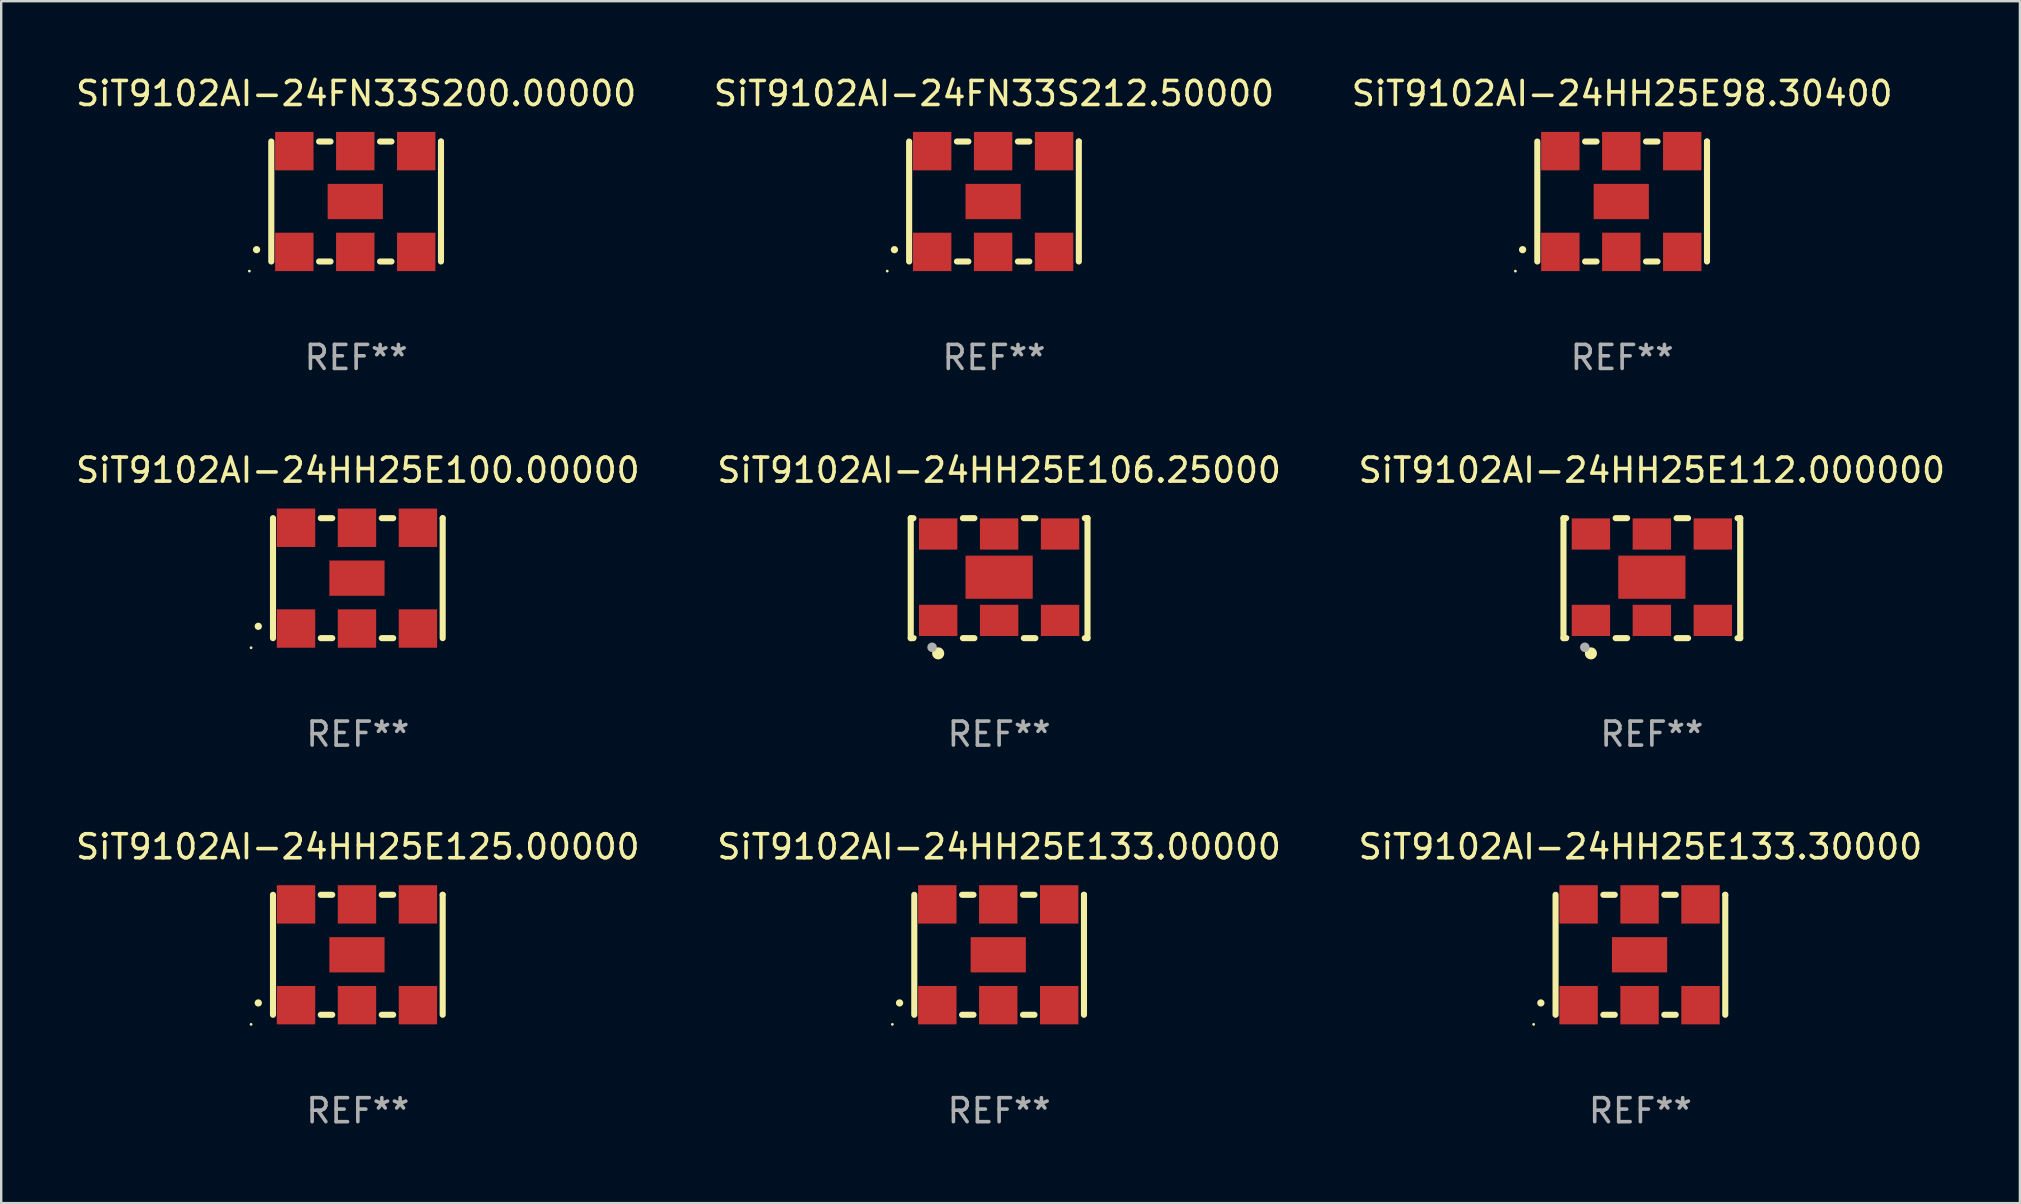
<source format=kicad_pcb>
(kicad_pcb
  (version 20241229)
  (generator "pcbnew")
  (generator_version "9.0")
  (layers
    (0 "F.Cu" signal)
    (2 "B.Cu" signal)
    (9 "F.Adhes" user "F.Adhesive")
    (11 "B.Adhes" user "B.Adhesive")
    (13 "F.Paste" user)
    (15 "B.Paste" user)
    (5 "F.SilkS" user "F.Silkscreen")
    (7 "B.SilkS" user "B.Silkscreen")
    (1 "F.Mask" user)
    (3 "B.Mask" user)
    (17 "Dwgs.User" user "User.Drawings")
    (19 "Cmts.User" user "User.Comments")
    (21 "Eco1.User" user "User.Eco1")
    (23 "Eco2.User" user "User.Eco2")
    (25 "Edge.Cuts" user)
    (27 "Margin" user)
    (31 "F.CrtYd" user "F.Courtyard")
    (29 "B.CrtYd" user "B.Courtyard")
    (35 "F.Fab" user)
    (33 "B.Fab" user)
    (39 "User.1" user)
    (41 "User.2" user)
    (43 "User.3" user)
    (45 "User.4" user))
  (footprint "SiT9102AI-24HH25E133.00000"
    (layer "F.Cu")
    (at 38.589 36.741)
    (property "Reference" "SiT9102AI-24HH25E133.00000" (at 0 -4.5 0) (layer "F.SilkS") (effects (font (size 1 1) (thickness 0.15))))
    (attr through_hole)
    (fp_line (start -3.536 -2.5) (end -3.536 2.5) (stroke (width 0.254) (type solid)) (layer "F.SilkS"))
    (fp_line (start -1.544 2.5) (end -1.067 2.5) (stroke (width 0.254) (type solid)) (layer "F.SilkS"))
    (fp_line (start -1.067 -2.5) (end -1.544 -2.5) (stroke (width 0.254) (type solid)) (layer "F.SilkS"))
    (fp_line (start 0.996 2.5) (end 1.473 2.5) (stroke (width 0.254) (type solid)) (layer "F.SilkS"))
    (fp_line (start 1.473 -2.5) (end 0.996 -2.5) (stroke (width 0.254) (type solid)) (layer "F.SilkS"))
    (fp_line (start 3.536 -2.5) (end 3.536 -2.5) (stroke (width 0.254) (type solid)) (layer "F.SilkS"))
    (fp_line (start 3.536 2.5) (end 3.536 -2.5) (stroke (width 0.254) (type solid)) (layer "F.SilkS"))
    (fp_arc (start -4.150432 2.006604) (mid -4.149162 2.006599) (end -4.147892 2.006604) (stroke (width 0.3) (type solid)) (layer "F.SilkS"))
    (fp_circle (center -4.449 2.9) (end -4.419 2.9) (stroke (width 0.06) (type solid)) (fill no) (layer "F.SilkS"))
    (fp_text user "REF**" (at 0 6.5 0) (layer "F.Fab") (effects (font (size 1 1) (thickness 0.15))))
    (pad "1" smd rect (at -2.576 2.1) (size 1.6 1.6) (layers "F.Cu" "F.Mask" "F.Paste"))
    (pad "2" smd rect (at -0.036 2.1) (size 1.6 1.6) (layers "F.Cu" "F.Mask" "F.Paste"))
    (pad "3" smd rect (at 2.504 2.1) (size 1.6 1.6) (layers "F.Cu" "F.Mask" "F.Paste"))
    (pad "4" smd rect (at 2.504 -2.1) (size 1.6 1.6) (layers "F.Cu" "F.Mask" "F.Paste"))
    (pad "5" smd rect (at -0.036 -2.1) (size 1.6 1.6) (layers "F.Cu" "F.Mask" "F.Paste"))
    (pad "6" smd rect (at -2.576 -2.1) (size 1.6 1.6) (layers "F.Cu" "F.Mask" "F.Paste"))
    (pad "7" smd rect (at -0.036 0) (size 2.3 1.47) (layers "F.Cu" "F.Mask" "F.Paste")))
  (footprint "SiT9102AI-24HH25E112.000000"
    (layer "F.Cu")
    (at 65.792 21.045)
    (property "Reference" "SiT9102AI-24HH25E112.000000" (at 0 -4.5 0) (layer "F.SilkS") (effects (font (size 1 1) (thickness 0.15))))
    (attr through_hole)
    (fp_line (start -3.683 -2.5) (end -3.571 -2.5) (stroke (width 0.254) (type solid)) (layer "F.SilkS"))
    (fp_line (start -3.683 2.5) (end -3.683 -2.5) (stroke (width 0.254) (type solid)) (layer "F.SilkS"))
    (fp_line (start -3.683 2.5) (end -3.571 2.5) (stroke (width 0.254) (type solid)) (layer "F.SilkS"))
    (fp_line (start -1.509 -2.5) (end -1.031 -2.5) (stroke (width 0.254) (type solid)) (layer "F.SilkS"))
    (fp_line (start -1.509 2.5) (end -1.031 2.5) (stroke (width 0.254) (type solid)) (layer "F.SilkS"))
    (fp_line (start 1.031 -2.5) (end 1.509 -2.5) (stroke (width 0.254) (type solid)) (layer "F.SilkS"))
    (fp_line (start 1.031 2.5) (end 1.509 2.5) (stroke (width 0.254) (type solid)) (layer "F.SilkS"))
    (fp_line (start 3.571 -2.5) (end 3.683 -2.5) (stroke (width 0.254) (type solid)) (layer "F.SilkS"))
    (fp_line (start 3.571 2.5) (end 3.683 2.5) (stroke (width 0.254) (type solid)) (layer "F.SilkS"))
    (fp_line (start 3.683 2.5) (end 3.683 -2.5) (stroke (width 0.254) (type solid)) (layer "F.SilkS"))
    (fp_circle (center -3.5 2.46) (end -3.47 2.46) (stroke (width 0.06) (type solid)) (fill no) (layer "F.SilkS"))
    (fp_circle (center -2.54 3.135) (end -2.413 3.135) (stroke (width 0.254) (type solid)) (fill no) (layer "F.SilkS"))
    (fp_circle (center -2.794 2.881) (end -2.694 2.881) (stroke (width 0.2) (type solid)) (fill no) (layer "F.Fab"))
    (fp_text user "REF**" (at 0 6.5 0) (layer "F.Fab") (effects (font (size 1 1) (thickness 0.15))))
    (pad "1" smd rect (at -2.54 1.76) (size 1.6 1.3) (layers "F.Cu" "F.Mask" "F.Paste"))
    (pad "2" smd rect (at 0 1.76) (size 1.6 1.3) (layers "F.Cu" "F.Mask" "F.Paste"))
    (pad "3" smd rect (at 2.54 1.76) (size 1.6 1.3) (layers "F.Cu" "F.Mask" "F.Paste"))
    (pad "4" smd rect (at 2.54 -1.84) (size 1.6 1.3) (layers "F.Cu" "F.Mask" "F.Paste"))
    (pad "5" smd rect (at 0 -1.84) (size 1.6 1.3) (layers "F.Cu" "F.Mask" "F.Paste"))
    (pad "6" smd rect (at -2.54 -1.84) (size 1.6 1.3) (layers "F.Cu" "F.Mask" "F.Paste"))
    (pad "7" smd rect (at 0 -0.04) (size 2.8 1.8) (layers "F.Cu" "F.Mask" "F.Paste")))
  (footprint "SiT9102AI-24HH25E106.25000"
    (layer "F.Cu")
    (at 38.589 21.045)
    (property "Reference" "SiT9102AI-24HH25E106.25000" (at 0 -4.5 0) (layer "F.SilkS") (effects (font (size 1 1) (thickness 0.15))))
    (attr through_hole)
    (fp_line (start -3.683 -2.5) (end -3.571 -2.5) (stroke (width 0.254) (type solid)) (layer "F.SilkS"))
    (fp_line (start -3.683 2.5) (end -3.683 -2.5) (stroke (width 0.254) (type solid)) (layer "F.SilkS"))
    (fp_line (start -3.683 2.5) (end -3.571 2.5) (stroke (width 0.254) (type solid)) (layer "F.SilkS"))
    (fp_line (start -1.509 -2.5) (end -1.031 -2.5) (stroke (width 0.254) (type solid)) (layer "F.SilkS"))
    (fp_line (start -1.509 2.5) (end -1.031 2.5) (stroke (width 0.254) (type solid)) (layer "F.SilkS"))
    (fp_line (start 1.031 -2.5) (end 1.509 -2.5) (stroke (width 0.254) (type solid)) (layer "F.SilkS"))
    (fp_line (start 1.031 2.5) (end 1.509 2.5) (stroke (width 0.254) (type solid)) (layer "F.SilkS"))
    (fp_line (start 3.571 -2.5) (end 3.683 -2.5) (stroke (width 0.254) (type solid)) (layer "F.SilkS"))
    (fp_line (start 3.571 2.5) (end 3.683 2.5) (stroke (width 0.254) (type solid)) (layer "F.SilkS"))
    (fp_line (start 3.683 2.5) (end 3.683 -2.5) (stroke (width 0.254) (type solid)) (layer "F.SilkS"))
    (fp_circle (center -3.5 2.46) (end -3.47 2.46) (stroke (width 0.06) (type solid)) (fill no) (layer "F.SilkS"))
    (fp_circle (center -2.54 3.135) (end -2.413 3.135) (stroke (width 0.254) (type solid)) (fill no) (layer "F.SilkS"))
    (fp_circle (center -2.794 2.881) (end -2.694 2.881) (stroke (width 0.2) (type solid)) (fill no) (layer "F.Fab"))
    (fp_text user "REF**" (at 0 6.5 0) (layer "F.Fab") (effects (font (size 1 1) (thickness 0.15))))
    (pad "1" smd rect (at -2.54 1.76) (size 1.6 1.3) (layers "F.Cu" "F.Mask" "F.Paste"))
    (pad "2" smd rect (at 0 1.76) (size 1.6 1.3) (layers "F.Cu" "F.Mask" "F.Paste"))
    (pad "3" smd rect (at 2.54 1.76) (size 1.6 1.3) (layers "F.Cu" "F.Mask" "F.Paste"))
    (pad "4" smd rect (at 2.54 -1.84) (size 1.6 1.3) (layers "F.Cu" "F.Mask" "F.Paste"))
    (pad "5" smd rect (at 0 -1.84) (size 1.6 1.3) (layers "F.Cu" "F.Mask" "F.Paste"))
    (pad "6" smd rect (at -2.54 -1.84) (size 1.6 1.3) (layers "F.Cu" "F.Mask" "F.Paste"))
    (pad "7" smd rect (at 0 -0.04) (size 2.8 1.8) (layers "F.Cu" "F.Mask" "F.Paste")))
  (footprint "SiT9102AI-24HH25E100.00000"
    (layer "F.Cu")
    (at 11.863 21.045)
    (property "Reference" "SiT9102AI-24HH25E100.00000" (at 0 -4.5 0) (layer "F.SilkS") (effects (font (size 1 1) (thickness 0.15))))
    (attr through_hole)
    (fp_line (start -3.536 -2.5) (end -3.536 2.5) (stroke (width 0.254) (type solid)) (layer "F.SilkS"))
    (fp_line (start -1.544 2.5) (end -1.067 2.5) (stroke (width 0.254) (type solid)) (layer "F.SilkS"))
    (fp_line (start -1.067 -2.5) (end -1.544 -2.5) (stroke (width 0.254) (type solid)) (layer "F.SilkS"))
    (fp_line (start 0.996 2.5) (end 1.473 2.5) (stroke (width 0.254) (type solid)) (layer "F.SilkS"))
    (fp_line (start 1.473 -2.5) (end 0.996 -2.5) (stroke (width 0.254) (type solid)) (layer "F.SilkS"))
    (fp_line (start 3.536 -2.5) (end 3.536 -2.5) (stroke (width 0.254) (type solid)) (layer "F.SilkS"))
    (fp_line (start 3.536 2.5) (end 3.536 -2.5) (stroke (width 0.254) (type solid)) (layer "F.SilkS"))
    (fp_arc (start -4.150432 2.006604) (mid -4.149162 2.006599) (end -4.147892 2.006604) (stroke (width 0.3) (type solid)) (layer "F.SilkS"))
    (fp_circle (center -4.449 2.9) (end -4.419 2.9) (stroke (width 0.06) (type solid)) (fill no) (layer "F.SilkS"))
    (fp_text user "REF**" (at 0 6.5 0) (layer "F.Fab") (effects (font (size 1 1) (thickness 0.15))))
    (pad "1" smd rect (at -2.576 2.1) (size 1.6 1.6) (layers "F.Cu" "F.Mask" "F.Paste"))
    (pad "2" smd rect (at -0.036 2.1) (size 1.6 1.6) (layers "F.Cu" "F.Mask" "F.Paste"))
    (pad "3" smd rect (at 2.504 2.1) (size 1.6 1.6) (layers "F.Cu" "F.Mask" "F.Paste"))
    (pad "4" smd rect (at 2.504 -2.1) (size 1.6 1.6) (layers "F.Cu" "F.Mask" "F.Paste"))
    (pad "5" smd rect (at -0.036 -2.1) (size 1.6 1.6) (layers "F.Cu" "F.Mask" "F.Paste"))
    (pad "6" smd rect (at -2.576 -2.1) (size 1.6 1.6) (layers "F.Cu" "F.Mask" "F.Paste"))
    (pad "7" smd rect (at -0.036 0) (size 2.3 1.47) (layers "F.Cu" "F.Mask" "F.Paste")))
  (footprint "SiT9102AI-24FN33S212.50000"
    (layer "F.Cu")
    (at 38.375 5.348)
    (property "Reference" "SiT9102AI-24FN33S212.50000" (at 0 -4.5 0) (layer "F.SilkS") (effects (font (size 1 1) (thickness 0.15))))
    (attr through_hole)
    (fp_line (start -3.536 -2.5) (end -3.536 2.5) (stroke (width 0.254) (type solid)) (layer "F.SilkS"))
    (fp_line (start -1.544 2.5) (end -1.067 2.5) (stroke (width 0.254) (type solid)) (layer "F.SilkS"))
    (fp_line (start -1.067 -2.5) (end -1.544 -2.5) (stroke (width 0.254) (type solid)) (layer "F.SilkS"))
    (fp_line (start 0.996 2.5) (end 1.473 2.5) (stroke (width 0.254) (type solid)) (layer "F.SilkS"))
    (fp_line (start 1.473 -2.5) (end 0.996 -2.5) (stroke (width 0.254) (type solid)) (layer "F.SilkS"))
    (fp_line (start 3.536 -2.5) (end 3.536 -2.5) (stroke (width 0.254) (type solid)) (layer "F.SilkS"))
    (fp_line (start 3.536 2.5) (end 3.536 -2.5) (stroke (width 0.254) (type solid)) (layer "F.SilkS"))
    (fp_arc (start -4.150432 2.006604) (mid -4.149162 2.006599) (end -4.147892 2.006604) (stroke (width 0.3) (type solid)) (layer "F.SilkS"))
    (fp_circle (center -4.449 2.9) (end -4.419 2.9) (stroke (width 0.06) (type solid)) (fill no) (layer "F.SilkS"))
    (fp_text user "REF**" (at 0 6.5 0) (layer "F.Fab") (effects (font (size 1 1) (thickness 0.15))))
    (pad "1" smd rect (at -2.576 2.1) (size 1.6 1.6) (layers "F.Cu" "F.Mask" "F.Paste"))
    (pad "2" smd rect (at -0.036 2.1) (size 1.6 1.6) (layers "F.Cu" "F.Mask" "F.Paste"))
    (pad "3" smd rect (at 2.504 2.1) (size 1.6 1.6) (layers "F.Cu" "F.Mask" "F.Paste"))
    (pad "4" smd rect (at 2.504 -2.1) (size 1.6 1.6) (layers "F.Cu" "F.Mask" "F.Paste"))
    (pad "5" smd rect (at -0.036 -2.1) (size 1.6 1.6) (layers "F.Cu" "F.Mask" "F.Paste"))
    (pad "6" smd rect (at -2.576 -2.1) (size 1.6 1.6) (layers "F.Cu" "F.Mask" "F.Paste"))
    (pad "7" smd rect (at -0.036 0) (size 2.3 1.47) (layers "F.Cu" "F.Mask" "F.Paste")))
  (footprint "SiT9102AI-24FN33S200.00000"
    (layer "F.Cu")
    (at 11.792 5.348)
    (property "Reference" "SiT9102AI-24FN33S200.00000" (at 0 -4.5 0) (layer "F.SilkS") (effects (font (size 1 1) (thickness 0.15))))
    (attr through_hole)
    (fp_line (start -3.536 -2.5) (end -3.536 2.5) (stroke (width 0.254) (type solid)) (layer "F.SilkS"))
    (fp_line (start -1.544 2.5) (end -1.067 2.5) (stroke (width 0.254) (type solid)) (layer "F.SilkS"))
    (fp_line (start -1.067 -2.5) (end -1.544 -2.5) (stroke (width 0.254) (type solid)) (layer "F.SilkS"))
    (fp_line (start 0.996 2.5) (end 1.473 2.5) (stroke (width 0.254) (type solid)) (layer "F.SilkS"))
    (fp_line (start 1.473 -2.5) (end 0.996 -2.5) (stroke (width 0.254) (type solid)) (layer "F.SilkS"))
    (fp_line (start 3.536 -2.5) (end 3.536 -2.5) (stroke (width 0.254) (type solid)) (layer "F.SilkS"))
    (fp_line (start 3.536 2.5) (end 3.536 -2.5) (stroke (width 0.254) (type solid)) (layer "F.SilkS"))
    (fp_arc (start -4.150432 2.006604) (mid -4.149162 2.006599) (end -4.147892 2.006604) (stroke (width 0.3) (type solid)) (layer "F.SilkS"))
    (fp_circle (center -4.449 2.9) (end -4.419 2.9) (stroke (width 0.06) (type solid)) (fill no) (layer "F.SilkS"))
    (fp_text user "REF**" (at 0 6.5 0) (layer "F.Fab") (effects (font (size 1 1) (thickness 0.15))))
    (pad "1" smd rect (at -2.576 2.1) (size 1.6 1.6) (layers "F.Cu" "F.Mask" "F.Paste"))
    (pad "2" smd rect (at -0.036 2.1) (size 1.6 1.6) (layers "F.Cu" "F.Mask" "F.Paste"))
    (pad "3" smd rect (at 2.504 2.1) (size 1.6 1.6) (layers "F.Cu" "F.Mask" "F.Paste"))
    (pad "4" smd rect (at 2.504 -2.1) (size 1.6 1.6) (layers "F.Cu" "F.Mask" "F.Paste"))
    (pad "5" smd rect (at -0.036 -2.1) (size 1.6 1.6) (layers "F.Cu" "F.Mask" "F.Paste"))
    (pad "6" smd rect (at -2.576 -2.1) (size 1.6 1.6) (layers "F.Cu" "F.Mask" "F.Paste"))
    (pad "7" smd rect (at -0.036 0) (size 2.3 1.47) (layers "F.Cu" "F.Mask" "F.Paste")))
  (footprint "SiT9102AI-24HH25E98.30400"
    (layer "F.Cu")
    (at 64.554 5.348)
    (property "Reference" "SiT9102AI-24HH25E98.30400" (at 0 -4.5 0) (layer "F.SilkS") (effects (font (size 1 1) (thickness 0.15))))
    (attr through_hole)
    (fp_line (start -3.536 -2.5) (end -3.536 2.5) (stroke (width 0.254) (type solid)) (layer "F.SilkS"))
    (fp_line (start -1.544 2.5) (end -1.067 2.5) (stroke (width 0.254) (type solid)) (layer "F.SilkS"))
    (fp_line (start -1.067 -2.5) (end -1.544 -2.5) (stroke (width 0.254) (type solid)) (layer "F.SilkS"))
    (fp_line (start 0.996 2.5) (end 1.473 2.5) (stroke (width 0.254) (type solid)) (layer "F.SilkS"))
    (fp_line (start 1.473 -2.5) (end 0.996 -2.5) (stroke (width 0.254) (type solid)) (layer "F.SilkS"))
    (fp_line (start 3.536 -2.5) (end 3.536 -2.5) (stroke (width 0.254) (type solid)) (layer "F.SilkS"))
    (fp_line (start 3.536 2.5) (end 3.536 -2.5) (stroke (width 0.254) (type solid)) (layer "F.SilkS"))
    (fp_arc (start -4.150432 2.006604) (mid -4.149162 2.006599) (end -4.147892 2.006604) (stroke (width 0.3) (type solid)) (layer "F.SilkS"))
    (fp_circle (center -4.449 2.9) (end -4.419 2.9) (stroke (width 0.06) (type solid)) (fill no) (layer "F.SilkS"))
    (fp_text user "REF**" (at 0 6.5 0) (layer "F.Fab") (effects (font (size 1 1) (thickness 0.15))))
    (pad "1" smd rect (at -2.576 2.1) (size 1.6 1.6) (layers "F.Cu" "F.Mask" "F.Paste"))
    (pad "2" smd rect (at -0.036 2.1) (size 1.6 1.6) (layers "F.Cu" "F.Mask" "F.Paste"))
    (pad "3" smd rect (at 2.504 2.1) (size 1.6 1.6) (layers "F.Cu" "F.Mask" "F.Paste"))
    (pad "4" smd rect (at 2.504 -2.1) (size 1.6 1.6) (layers "F.Cu" "F.Mask" "F.Paste"))
    (pad "5" smd rect (at -0.036 -2.1) (size 1.6 1.6) (layers "F.Cu" "F.Mask" "F.Paste"))
    (pad "6" smd rect (at -2.576 -2.1) (size 1.6 1.6) (layers "F.Cu" "F.Mask" "F.Paste"))
    (pad "7" smd rect (at -0.036 0) (size 2.3 1.47) (layers "F.Cu" "F.Mask" "F.Paste")))
  (footprint "SiT9102AI-24HH25E125.00000"
    (layer "F.Cu")
    (at 11.863 36.741)
    (property "Reference" "SiT9102AI-24HH25E125.00000" (at 0 -4.5 0) (layer "F.SilkS") (effects (font (size 1 1) (thickness 0.15))))
    (attr through_hole)
    (fp_line (start -3.536 -2.5) (end -3.536 2.5) (stroke (width 0.254) (type solid)) (layer "F.SilkS"))
    (fp_line (start -1.544 2.5) (end -1.067 2.5) (stroke (width 0.254) (type solid)) (layer "F.SilkS"))
    (fp_line (start -1.067 -2.5) (end -1.544 -2.5) (stroke (width 0.254) (type solid)) (layer "F.SilkS"))
    (fp_line (start 0.996 2.5) (end 1.473 2.5) (stroke (width 0.254) (type solid)) (layer "F.SilkS"))
    (fp_line (start 1.473 -2.5) (end 0.996 -2.5) (stroke (width 0.254) (type solid)) (layer "F.SilkS"))
    (fp_line (start 3.536 -2.5) (end 3.536 -2.5) (stroke (width 0.254) (type solid)) (layer "F.SilkS"))
    (fp_line (start 3.536 2.5) (end 3.536 -2.5) (stroke (width 0.254) (type solid)) (layer "F.SilkS"))
    (fp_arc (start -4.150432 2.006604) (mid -4.149162 2.006599) (end -4.147892 2.006604) (stroke (width 0.3) (type solid)) (layer "F.SilkS"))
    (fp_circle (center -4.449 2.9) (end -4.419 2.9) (stroke (width 0.06) (type solid)) (fill no) (layer "F.SilkS"))
    (fp_text user "REF**" (at 0 6.5 0) (layer "F.Fab") (effects (font (size 1 1) (thickness 0.15))))
    (pad "1" smd rect (at -2.576 2.1) (size 1.6 1.6) (layers "F.Cu" "F.Mask" "F.Paste"))
    (pad "2" smd rect (at -0.036 2.1) (size 1.6 1.6) (layers "F.Cu" "F.Mask" "F.Paste"))
    (pad "3" smd rect (at 2.504 2.1) (size 1.6 1.6) (layers "F.Cu" "F.Mask" "F.Paste"))
    (pad "4" smd rect (at 2.504 -2.1) (size 1.6 1.6) (layers "F.Cu" "F.Mask" "F.Paste"))
    (pad "5" smd rect (at -0.036 -2.1) (size 1.6 1.6) (layers "F.Cu" "F.Mask" "F.Paste"))
    (pad "6" smd rect (at -2.576 -2.1) (size 1.6 1.6) (layers "F.Cu" "F.Mask" "F.Paste"))
    (pad "7" smd rect (at -0.036 0) (size 2.3 1.47) (layers "F.Cu" "F.Mask" "F.Paste")))
  (footprint "SiT9102AI-24HH25E133.30000"
    (layer "F.Cu")
    (at 65.315 36.741)
    (property "Reference" "SiT9102AI-24HH25E133.30000" (at 0 -4.5 0) (layer "F.SilkS") (effects (font (size 1 1) (thickness 0.15))))
    (attr through_hole)
    (fp_line (start -3.536 -2.5) (end -3.536 2.5) (stroke (width 0.254) (type solid)) (layer "F.SilkS"))
    (fp_line (start -1.544 2.5) (end -1.067 2.5) (stroke (width 0.254) (type solid)) (layer "F.SilkS"))
    (fp_line (start -1.067 -2.5) (end -1.544 -2.5) (stroke (width 0.254) (type solid)) (layer "F.SilkS"))
    (fp_line (start 0.996 2.5) (end 1.473 2.5) (stroke (width 0.254) (type solid)) (layer "F.SilkS"))
    (fp_line (start 1.473 -2.5) (end 0.996 -2.5) (stroke (width 0.254) (type solid)) (layer "F.SilkS"))
    (fp_line (start 3.536 -2.5) (end 3.536 -2.5) (stroke (width 0.254) (type solid)) (layer "F.SilkS"))
    (fp_line (start 3.536 2.5) (end 3.536 -2.5) (stroke (width 0.254) (type solid)) (layer "F.SilkS"))
    (fp_arc (start -4.150432 2.006604) (mid -4.149162 2.006599) (end -4.147892 2.006604) (stroke (width 0.3) (type solid)) (layer "F.SilkS"))
    (fp_circle (center -4.449 2.9) (end -4.419 2.9) (stroke (width 0.06) (type solid)) (fill no) (layer "F.SilkS"))
    (fp_text user "REF**" (at 0 6.5 0) (layer "F.Fab") (effects (font (size 1 1) (thickness 0.15))))
    (pad "1" smd rect (at -2.576 2.1) (size 1.6 1.6) (layers "F.Cu" "F.Mask" "F.Paste"))
    (pad "2" smd rect (at -0.036 2.1) (size 1.6 1.6) (layers "F.Cu" "F.Mask" "F.Paste"))
    (pad "3" smd rect (at 2.504 2.1) (size 1.6 1.6) (layers "F.Cu" "F.Mask" "F.Paste"))
    (pad "4" smd rect (at 2.504 -2.1) (size 1.6 1.6) (layers "F.Cu" "F.Mask" "F.Paste"))
    (pad "5" smd rect (at -0.036 -2.1) (size 1.6 1.6) (layers "F.Cu" "F.Mask" "F.Paste"))
    (pad "6" smd rect (at -2.576 -2.1) (size 1.6 1.6) (layers "F.Cu" "F.Mask" "F.Paste"))
    (pad "7" smd rect (at -0.036 0) (size 2.3 1.47) (layers "F.Cu" "F.Mask" "F.Paste")))
  (gr_rect
    (start -3 -3)
    (end 81.131 47.09)
    (stroke (width 0.1) (type default))
    (fill no)
    (layer "Edge.Cuts")))
</source>
